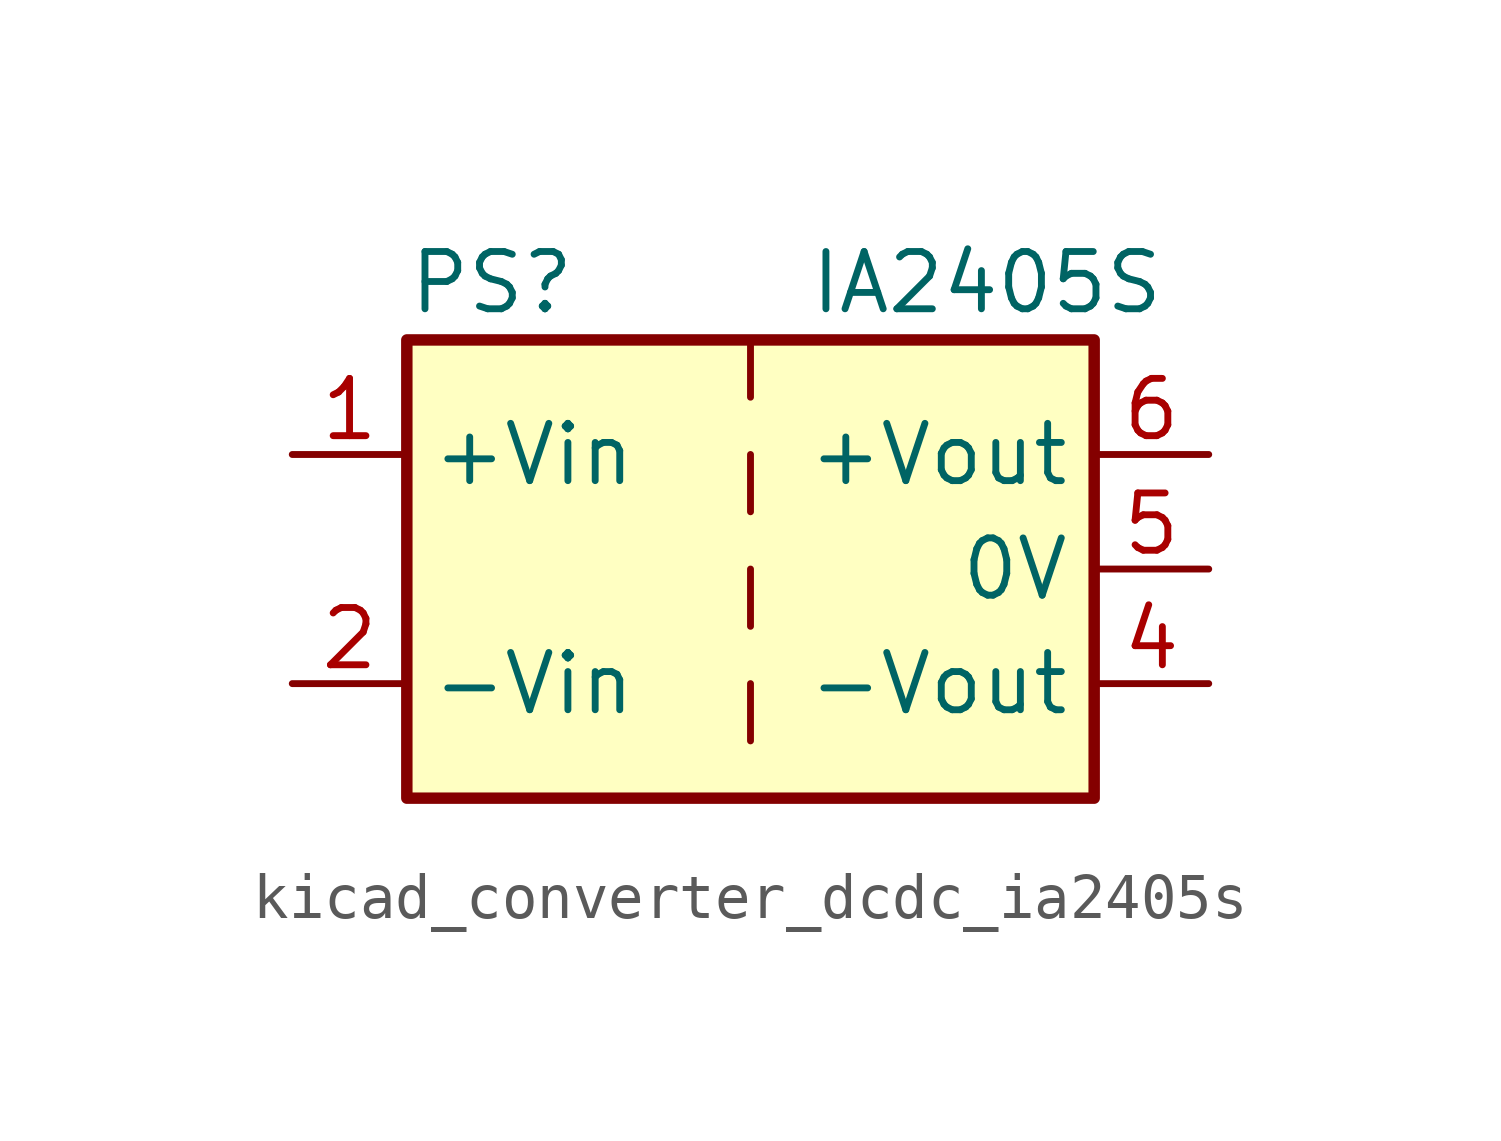
<source format=kicad_sym>
(kicad_symbol_lib
  (version 20220914)
  (generator kicad_symbol_editor)
  (symbol "kicad_converter_dcdc_ia2405s"
    (property "Reference" "PS"
      (at -7.62 6.35 0)
      (effects (font (size 1.27 1.27)) (justify left)))
    (property "Value" "IA2405S"
      (at 1.27 6.35 0)
      (effects (font (size 1.27 1.27)) (justify left)))
    (symbol "kicad_converter_dcdc_ia2405s_0_0"
      (pin power_in line (at -10.16 2.54 0) (length 2.54) (name "+Vin" (effects (font (size 1.27 1.27)))) (number "1" (effects (font (size 1.27 1.27)))))
      (pin power_in line (at -10.16 -2.54 0) (length 2.54) (name "-Vin" (effects (font (size 1.27 1.27)))) (number "2" (effects (font (size 1.27 1.27)))))
      (pin power_out line (at 10.16 -2.54 180) (length 2.54) (name "-Vout" (effects (font (size 1.27 1.27)))) (number "4" (effects (font (size 1.27 1.27)))))
      (pin power_out line (at 10.16 0 180) (length 2.54) (name "0V" (effects (font (size 1.27 1.27)))) (number "5" (effects (font (size 1.27 1.27)))))
      (pin power_out line (at 10.16 2.54 180) (length 2.54) (name "+Vout" (effects (font (size 1.27 1.27)))) (number "6" (effects (font (size 1.27 1.27))))))
    (symbol "kicad_converter_dcdc_ia2405s_0_1"
      (rectangle (start -7.62 5.08) (end 7.62 -5.08) (stroke (width 0.254) (type default)) (fill (type background)))
      (polyline (pts (xy 0 -2.54) (xy 0 -3.81)) (stroke (width 0) (type default)) (fill (type none)))
      (polyline (pts (xy 0 0) (xy 0 -1.27)) (stroke (width 0) (type default)) (fill (type none)))
      (polyline (pts (xy 0 2.54) (xy 0 1.27)) (stroke (width 0) (type default)) (fill (type none)))
      (polyline (pts (xy 0 5.08) (xy 0 3.81)) (stroke (width 0) (type default)) (fill (type none))))))
</source>
